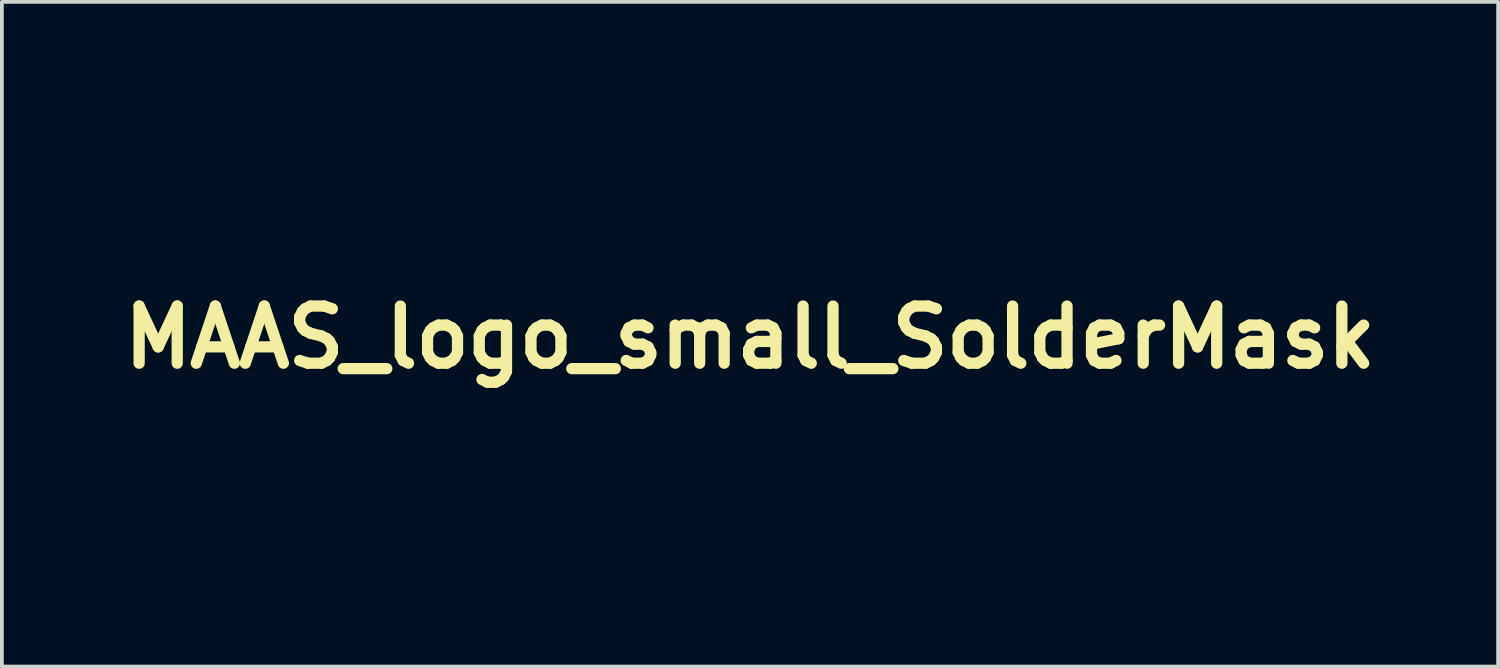
<source format=kicad_pcb>
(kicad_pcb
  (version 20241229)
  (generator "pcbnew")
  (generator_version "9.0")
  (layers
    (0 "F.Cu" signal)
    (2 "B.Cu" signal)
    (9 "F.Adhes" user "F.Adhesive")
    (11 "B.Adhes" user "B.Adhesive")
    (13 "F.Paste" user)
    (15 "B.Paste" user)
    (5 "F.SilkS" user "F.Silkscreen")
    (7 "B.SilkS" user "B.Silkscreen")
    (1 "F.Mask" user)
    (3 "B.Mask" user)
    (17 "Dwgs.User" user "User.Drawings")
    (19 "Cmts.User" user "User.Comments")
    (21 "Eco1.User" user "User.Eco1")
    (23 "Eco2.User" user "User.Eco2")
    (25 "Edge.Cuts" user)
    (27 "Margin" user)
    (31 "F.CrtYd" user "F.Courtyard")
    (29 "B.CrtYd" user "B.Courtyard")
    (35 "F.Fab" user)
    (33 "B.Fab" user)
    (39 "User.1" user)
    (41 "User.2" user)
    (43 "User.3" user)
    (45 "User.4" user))
  (footprint "MAAS_logo_small_SolderMask"
    (layer "F.Cu")
    (at 16.953 5.947)
    (property "Reference" "MAAS_logo_small_SolderMask" (at 0 0 0) (layer "F.SilkS") (effects (font (size 1.524 1.524) (thickness 0.3))))
    (attr through_hole)
    (fp_poly (pts (xy -0.399 -0.726) (xy -1.088 -0.726) (xy -1.778 -0.726) (xy -1.782 -2.055) (xy -1.787 -3.384) (xy -2.095 -2.536) (xy -2.404 -1.688) (xy -3.095 -1.687) (xy -3.787 -1.687) (xy -4.093 -2.53) (xy -4.4 -3.373) (xy -4.404 -2.049) (xy -4.409 -0.726) (xy -5.107 -0.726) (xy -5.806 -0.726) (xy -5.806 -3.311) (xy -5.806 -5.897) (xy -4.931 -5.892) (xy -4.056 -5.887) (xy -3.581 -4.584) (xy -3.505 -4.377) (xy -3.433 -4.179) (xy -3.365 -3.994) (xy -3.303 -3.824) (xy -3.247 -3.672) (xy -3.198 -3.541) (xy -3.158 -3.433) (xy -3.128 -3.35) (xy -3.107 -3.296) (xy -3.098 -3.273) (xy -3.097 -3.273) (xy -3.096 -3.272) (xy -3.093 -3.272) (xy -3.09 -3.277) (xy -3.084 -3.289) (xy -3.076 -3.309) (xy -3.064 -3.339) (xy -3.047 -3.382) (xy -3.026 -3.44) (xy -2.998 -3.514) (xy -2.964 -3.607) (xy -2.922 -3.721) (xy -2.872 -3.858) (xy -2.813 -4.02) (xy -2.744 -4.21) (xy -2.665 -4.428) (xy -2.574 -4.678) (xy -2.539 -4.776) (xy -2.132 -5.896) (xy -1.265 -5.896) (xy -0.399 -5.896) (xy -0.399 -3.311) (xy -0.399 -0.726)) (stroke (width 0.1) (type solid)) (fill yes) (layer "F.Mask"))
    (fp_poly (pts (xy 1.47 5.668) (xy 1.452 5.67) (xy 1.402 5.672) (xy 1.324 5.674) (xy 1.221 5.676) (xy 1.098 5.677) (xy 0.959 5.678) (xy 0.806 5.679) (xy 0.783 5.679) (xy 0.096 5.679) (xy -0.054 5.261) (xy -0.205 4.844) (xy -1.082 4.844) (xy -1.257 4.844) (xy -1.42 4.843) (xy -1.568 4.842) (xy -1.697 4.84) (xy -1.804 4.838) (xy -1.886 4.836) (xy -1.939 4.833) (xy -1.959 4.83) (xy -1.959 4.83) (xy -1.954 4.811) (xy -1.937 4.762) (xy -1.911 4.69) (xy -1.879 4.598) (xy -1.841 4.492) (xy -1.799 4.376) (xy -1.756 4.256) (xy -1.713 4.136) (xy -1.671 4.022) (xy -1.634 3.918) (xy -1.601 3.829) (xy -1.575 3.761) (xy -1.559 3.717) (xy -1.558 3.715) (xy -1.538 3.665) (xy -1.088 3.661) (xy -0.638 3.656) (xy -1.197 2.123) (xy -1.279 1.896) (xy -1.358 1.679) (xy -1.433 1.473) (xy -1.502 1.282) (xy -1.566 1.107) (xy -1.622 0.952) (xy -1.671 0.818) (xy -1.711 0.708) (xy -1.741 0.625) (xy -1.76 0.571) (xy -1.768 0.549) (xy -1.78 0.508) (xy -1.093 0.508) (xy -0.405 0.508) (xy 0.532 3.082) (xy 0.639 3.376) (xy 0.743 3.66) (xy 0.842 3.933) (xy 0.937 4.193) (xy 1.026 4.439) (xy 1.108 4.667) (xy 1.185 4.877) (xy 1.253 5.066) (xy 1.313 5.233) (xy 1.365 5.376) (xy 1.407 5.492) (xy 1.439 5.581) (xy 1.46 5.639) (xy 1.469 5.666) (xy 1.47 5.668)) (stroke (width 0.1) (type solid)) (fill yes) (layer "F.Mask"))
    (fp_poly (pts (xy 3.588 -2.717) (xy 3.58 -2.695) (xy 3.561 -2.643) (xy 3.533 -2.565) (xy 3.497 -2.466) (xy 3.454 -2.35) (xy 3.407 -2.22) (xy 3.373 -2.127) (xy 3.166 -1.56) (xy 2.502 -1.56) (xy 1.837 -1.56) (xy 1.725 -1.256) (xy 1.685 -1.148) (xy 1.646 -1.043) (xy 1.612 -0.949) (xy 1.585 -0.875) (xy 1.573 -0.839) (xy 1.533 -0.726) (xy 0.842 -0.726) (xy 0.15 -0.726) (xy 1.037 -3.161) (xy 1.142 -3.449) (xy 1.244 -3.729) (xy 1.342 -3.999) (xy 1.436 -4.257) (xy 1.525 -4.501) (xy 1.608 -4.729) (xy 1.684 -4.938) (xy 1.753 -5.128) (xy 1.814 -5.295) (xy 1.866 -5.438) (xy 1.909 -5.555) (xy 1.941 -5.643) (xy 1.962 -5.701) (xy 1.97 -5.724) (xy 1.994 -5.789) (xy 2.014 -5.84) (xy 2.027 -5.868) (xy 2.028 -5.87) (xy 2.05 -5.874) (xy 2.107 -5.878) (xy 2.197 -5.88) (xy 2.32 -5.881) (xy 2.474 -5.881) (xy 2.658 -5.879) (xy 2.723 -5.878) (xy 3.405 -5.869) (xy 2.846 -4.336) (xy 2.763 -4.11) (xy 2.684 -3.893) (xy 2.609 -3.688) (xy 2.54 -3.497) (xy 2.477 -3.324) (xy 2.42 -3.169) (xy 2.372 -3.036) (xy 2.332 -2.927) (xy 2.303 -2.845) (xy 2.284 -2.793) (xy 2.276 -2.771) (xy 2.275 -2.763) (xy 2.28 -2.756) (xy 2.296 -2.751) (xy 2.324 -2.747) (xy 2.369 -2.744) (xy 2.434 -2.742) (xy 2.522 -2.741) (xy 2.637 -2.74) (xy 2.782 -2.74) (xy 2.931 -2.74) (xy 3.11 -2.739) (xy 3.256 -2.739) (xy 3.372 -2.737) (xy 3.459 -2.735) (xy 3.522 -2.732) (xy 3.562 -2.728) (xy 3.583 -2.723) (xy 3.588 -2.717)) (stroke (width 0.1) (type solid)) (fill yes) (layer "F.Mask"))
    (fp_poly (pts (xy 5.757 4.027) (xy 5.747 4.24) (xy 5.711 4.443) (xy 5.68 4.549) (xy 5.599 4.74) (xy 5.49 4.918) (xy 5.349 5.089) (xy 5.328 5.111) (xy 5.14 5.281) (xy 4.929 5.424) (xy 4.694 5.539) (xy 4.438 5.628) (xy 4.162 5.688) (xy 3.931 5.715) (xy 3.842 5.721) (xy 3.766 5.727) (xy 3.712 5.73) (xy 3.684 5.731) (xy 3.683 5.731) (xy 3.662 5.728) (xy 3.613 5.724) (xy 3.545 5.718) (xy 3.493 5.714) (xy 3.226 5.68) (xy 2.957 5.621) (xy 2.693 5.541) (xy 2.443 5.44) (xy 2.214 5.323) (xy 2.086 5.243) (xy 2.003 5.183) (xy 1.917 5.115) (xy 1.834 5.045) (xy 1.762 4.979) (xy 1.708 4.924) (xy 1.688 4.899) (xy 1.649 4.845) (xy 1.852 4.287) (xy 1.901 4.152) (xy 1.946 4.029) (xy 1.986 3.921) (xy 2.018 3.832) (xy 2.043 3.767) (xy 2.057 3.729) (xy 2.061 3.721) (xy 2.076 3.73) (xy 2.111 3.759) (xy 2.161 3.804) (xy 2.208 3.847) (xy 2.449 4.051) (xy 2.696 4.221) (xy 2.951 4.356) (xy 3.215 4.458) (xy 3.447 4.518) (xy 3.627 4.545) (xy 3.8 4.552) (xy 3.964 4.539) (xy 4.114 4.508) (xy 4.244 4.46) (xy 4.351 4.396) (xy 4.431 4.317) (xy 4.446 4.293) (xy 4.475 4.217) (xy 4.481 4.128) (xy 4.465 4.041) (xy 4.444 3.993) (xy 4.415 3.951) (xy 4.383 3.915) (xy 4.343 3.884) (xy 4.292 3.855) (xy 4.226 3.829) (xy 4.141 3.803) (xy 4.034 3.776) (xy 3.902 3.748) (xy 3.739 3.716) (xy 3.605 3.69) (xy 3.428 3.657) (xy 3.282 3.629) (xy 3.164 3.605) (xy 3.067 3.585) (xy 2.987 3.566) (xy 2.921 3.548) (xy 2.863 3.53) (xy 2.808 3.511) (xy 2.753 3.489) (xy 2.726 3.477) (xy 2.506 3.366) (xy 2.309 3.228) (xy 2.137 3.066) (xy 1.992 2.881) (xy 1.876 2.677) (xy 1.79 2.454) (xy 1.776 2.404) (xy 1.752 2.28) (xy 1.738 2.134) (xy 1.734 1.979) (xy 1.741 1.826) (xy 1.758 1.687) (xy 1.775 1.61) (xy 1.85 1.398) (xy 1.956 1.204) (xy 2.091 1.03) (xy 2.254 0.877) (xy 2.443 0.746) (xy 2.658 0.637) (xy 2.896 0.552) (xy 3.158 0.491) (xy 3.293 0.471) (xy 3.401 0.462) (xy 3.535 0.457) (xy 3.684 0.457) (xy 3.838 0.461) (xy 3.988 0.469) (xy 4.124 0.48) (xy 4.235 0.494) (xy 4.25 0.497) (xy 4.539 0.568) (xy 4.813 0.67) (xy 5.068 0.802) (xy 5.302 0.964) (xy 5.432 1.074) (xy 5.54 1.172) (xy 5.35 1.69) (xy 5.161 2.209) (xy 5.007 2.094) (xy 4.825 1.97) (xy 4.631 1.862) (xy 4.429 1.769) (xy 4.224 1.694) (xy 4.02 1.637) (xy 3.824 1.6) (xy 3.637 1.584) (xy 3.467 1.59) (xy 3.317 1.62) (xy 3.278 1.633) (xy 3.164 1.688) (xy 3.082 1.756) (xy 3.032 1.839) (xy 3.012 1.939) (xy 3.012 1.96) (xy 3.028 2.057) (xy 3.078 2.14) (xy 3.161 2.208) (xy 3.276 2.261) (xy 3.299 2.268) (xy 3.348 2.281) (xy 3.426 2.299) (xy 3.526 2.319) (xy 3.642 2.342) (xy 3.767 2.365) (xy 3.825 2.376) (xy 4.042 2.416) (xy 4.228 2.453) (xy 4.389 2.49) (xy 4.53 2.528) (xy 4.656 2.568) (xy 4.772 2.611) (xy 4.884 2.66) (xy 4.959 2.697) (xy 5.114 2.789) (xy 5.265 2.905) (xy 5.401 3.037) (xy 5.515 3.176) (xy 5.556 3.239) (xy 5.641 3.412) (xy 5.704 3.606) (xy 5.743 3.814) (xy 5.757 4.027)) (stroke (width 0.1) (type solid)) (fill yes) (layer "F.Mask")))
  (gr_rect
    (start -3 -3)
    (end 36.905 14.727)
    (stroke (width 0.1) (type default))
    (fill no)
    (layer "Edge.Cuts")))
</source>
